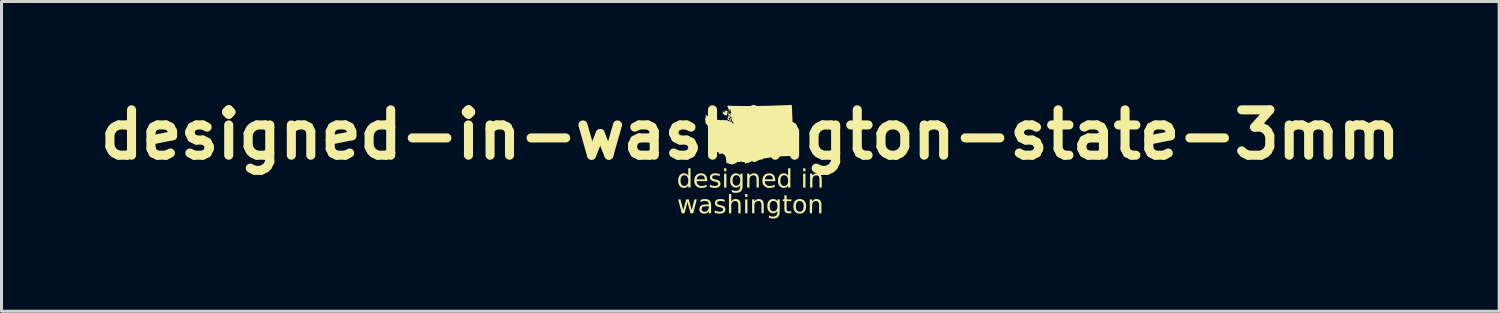
<source format=kicad_pcb>
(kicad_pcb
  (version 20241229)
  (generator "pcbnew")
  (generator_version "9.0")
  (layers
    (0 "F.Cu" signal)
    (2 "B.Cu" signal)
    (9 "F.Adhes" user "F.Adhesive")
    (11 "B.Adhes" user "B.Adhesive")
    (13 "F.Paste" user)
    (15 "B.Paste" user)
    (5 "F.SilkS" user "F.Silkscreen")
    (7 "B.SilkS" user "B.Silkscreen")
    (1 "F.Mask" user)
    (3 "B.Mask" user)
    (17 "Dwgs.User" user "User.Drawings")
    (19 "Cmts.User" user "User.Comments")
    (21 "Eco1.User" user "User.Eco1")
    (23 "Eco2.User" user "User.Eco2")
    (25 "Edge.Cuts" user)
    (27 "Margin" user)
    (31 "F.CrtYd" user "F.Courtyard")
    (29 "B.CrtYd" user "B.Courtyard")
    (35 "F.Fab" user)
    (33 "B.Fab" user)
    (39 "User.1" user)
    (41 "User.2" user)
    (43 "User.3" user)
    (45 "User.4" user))
  (footprint "designed-in-washington-state-3mm"
    (layer "F.Cu")
    (at 21.764 1.404)
    (property "Reference" "designed-in-washington-state-3mm" (at 0 0 0) (layer "F.SilkS") (effects (font (size 1.5 1.5) (thickness 0.3))))
    (attr board_only exclude_from_pos_files exclude_from_bom)
    (fp_poly (pts (xy -0.883 0.654) (xy -0.885 0.656) (xy -0.887 0.654) (xy -0.885 0.653)) (stroke (width 0) (type solid)) (fill yes) (layer "F.SilkS"))
    (fp_poly (pts (xy -0.847 0.687) (xy -0.849 0.689) (xy -0.851 0.687) (xy -0.849 0.685)) (stroke (width 0) (type solid)) (fill yes) (layer "F.SilkS"))
    (fp_poly (pts (xy -0.732 -0.59) (xy -0.734 -0.588) (xy -0.736 -0.59) (xy -0.734 -0.591)) (stroke (width 0) (type solid)) (fill yes) (layer "F.SilkS"))
    (fp_poly (pts (xy -0.692 -0.73) (xy -0.694 -0.728) (xy -0.696 -0.73) (xy -0.694 -0.732)) (stroke (width 0) (type solid)) (fill yes) (layer "F.SilkS"))
    (fp_poly (pts (xy -0.689 -0.81) (xy -0.691 -0.808) (xy -0.692 -0.81) (xy -0.691 -0.811)) (stroke (width 0) (type solid)) (fill yes) (layer "F.SilkS"))
    (fp_poly (pts (xy -0.674 -0.6) (xy -0.676 -0.599) (xy -0.678 -0.6) (xy -0.676 -0.602)) (stroke (width 0) (type solid)) (fill yes) (layer "F.SilkS"))
    (fp_poly (pts (xy -0.66 -0.68) (xy -0.662 -0.678) (xy -0.663 -0.68) (xy -0.662 -0.682)) (stroke (width 0) (type solid)) (fill yes) (layer "F.SilkS"))
    (fp_poly (pts (xy -0.642 -0.719) (xy -0.644 -0.718) (xy -0.645 -0.719) (xy -0.644 -0.721)) (stroke (width 0) (type solid)) (fill yes) (layer "F.SilkS"))
    (fp_poly (pts (xy -0.595 -0.406) (xy -0.592 -0.403) (xy -0.588 -0.397) (xy -0.59 -0.395) (xy -0.594 -0.396) (xy -0.598 -0.4) (xy -0.599 -0.403) (xy -0.598 -0.407)) (stroke (width 0) (type solid)) (fill yes) (layer "F.SilkS"))
    (fp_poly (pts (xy -0.716 -0.747) (xy -0.714 -0.743) (xy -0.713 -0.737) (xy -0.716 -0.736) (xy -0.724 -0.739) (xy -0.726 -0.74) (xy -0.731 -0.743) (xy -0.729 -0.746) (xy -0.728 -0.747) (xy -0.721 -0.75)) (stroke (width 0) (type solid)) (fill yes) (layer "F.SilkS"))
    (fp_poly (pts (xy -0.852 -0.96) (xy -0.842 -0.956) (xy -0.837 -0.949) (xy -0.837 -0.947) (xy -0.84 -0.946) (xy -0.848 -0.945) (xy -0.849 -0.945) (xy -0.858 -0.945) (xy -0.861 -0.948) (xy -0.862 -0.953) (xy -0.861 -0.959) (xy -0.856 -0.961)) (stroke (width 0) (type solid)) (fill yes) (layer "F.SilkS"))
    (fp_poly (pts (xy -0.843 -0.803) (xy -0.84 -0.797) (xy -0.84 -0.796) (xy -0.842 -0.787) (xy -0.847 -0.78) (xy -0.852 -0.779) (xy -0.854 -0.782) (xy -0.855 -0.784) (xy -0.857 -0.789) (xy -0.86 -0.79) (xy -0.865 -0.791) (xy -0.863 -0.795) (xy -0.859 -0.799) (xy -0.85 -0.804)) (stroke (width 0) (type solid)) (fill yes) (layer "F.SilkS"))
    (fp_poly (pts (xy -0.73 -0.736) (xy -0.725 -0.729) (xy -0.722 -0.722) (xy -0.719 -0.713) (xy -0.721 -0.707) (xy -0.727 -0.701) (xy -0.734 -0.701) (xy -0.741 -0.707) (xy -0.742 -0.709) (xy -0.746 -0.72) (xy -0.745 -0.727) (xy -0.74 -0.733) (xy -0.74 -0.733) (xy -0.735 -0.737)) (stroke (width 0) (type solid)) (fill yes) (layer "F.SilkS"))
    (fp_poly (pts (xy -0.921 -0.789) (xy -0.912 -0.786) (xy -0.902 -0.781) (xy -0.893 -0.774) (xy -0.887 -0.768) (xy -0.881 -0.759) (xy -0.88 -0.754) (xy -0.884 -0.754) (xy -0.893 -0.758) (xy -0.907 -0.767) (xy -0.908 -0.768) (xy -0.919 -0.775) (xy -0.927 -0.782) (xy -0.93 -0.786) (xy -0.93 -0.786) (xy -0.928 -0.789)) (stroke (width 0) (type solid)) (fill yes) (layer "F.SilkS"))
    (fp_poly (pts (xy -0.708 -0.727) (xy -0.703 -0.721) (xy -0.696 -0.714) (xy -0.689 -0.706) (xy -0.684 -0.699) (xy -0.682 -0.694) (xy -0.682 -0.694) (xy -0.683 -0.69) (xy -0.686 -0.692) (xy -0.694 -0.694) (xy -0.701 -0.693) (xy -0.708 -0.691) (xy -0.712 -0.692) (xy -0.712 -0.696) (xy -0.712 -0.705) (xy -0.712 -0.715) (xy -0.711 -0.724) (xy -0.711 -0.727)) (stroke (width 0) (type solid)) (fill yes) (layer "F.SilkS"))
    (fp_poly (pts (xy -0.719 -0.807) (xy -0.716 -0.801) (xy -0.708 -0.79) (xy -0.699 -0.779) (xy -0.699 -0.779) (xy -0.692 -0.77) (xy -0.689 -0.763) (xy -0.69 -0.758) (xy -0.692 -0.757) (xy -0.697 -0.76) (xy -0.704 -0.765) (xy -0.705 -0.767) (xy -0.713 -0.776) (xy -0.718 -0.786) (xy -0.718 -0.787) (xy -0.722 -0.794) (xy -0.727 -0.797) (xy -0.731 -0.8) (xy -0.731 -0.806) (xy -0.729 -0.813) (xy -0.725 -0.814)) (stroke (width 0) (type solid)) (fill yes) (layer "F.SilkS"))
    (fp_poly (pts (xy -0.797 -0.799) (xy -0.787 -0.795) (xy -0.773 -0.787) (xy -0.755 -0.775) (xy -0.742 -0.767) (xy -0.755 -0.756) (xy -0.764 -0.746) (xy -0.766 -0.736) (xy -0.762 -0.724) (xy -0.76 -0.72) (xy -0.756 -0.712) (xy -0.756 -0.706) (xy -0.757 -0.705) (xy -0.76 -0.697) (xy -0.76 -0.692) (xy -0.76 -0.683) (xy -0.767 -0.674) (xy -0.767 -0.673) (xy -0.773 -0.666) (xy -0.775 -0.66) (xy -0.773 -0.652) (xy -0.772 -0.651) (xy -0.769 -0.642) (xy -0.768 -0.637) (xy -0.769 -0.637) (xy -0.773 -0.635) (xy -0.781 -0.634) (xy -0.786 -0.633) (xy -0.797 -0.632) (xy -0.802 -0.633) (xy -0.805 -0.636) (xy -0.805 -0.638) (xy -0.809 -0.644) (xy -0.812 -0.645) (xy -0.815 -0.646) (xy -0.816 -0.65) (xy -0.816 -0.655) (xy -0.82 -0.654) (xy -0.822 -0.653) (xy -0.831 -0.651) (xy -0.844 -0.654) (xy -0.859 -0.66) (xy -0.874 -0.668) (xy -0.883 -0.674) (xy -0.889 -0.677) (xy -0.89 -0.678) (xy -0.894 -0.681) (xy -0.898 -0.688) (xy -0.902 -0.696) (xy -0.904 -0.702) (xy -0.903 -0.703) (xy -0.904 -0.708) (xy -0.905 -0.709) (xy -0.908 -0.714) (xy -0.909 -0.719) (xy -0.91 -0.726) (xy -0.913 -0.729) (xy -0.915 -0.733) (xy -0.915 -0.74) (xy -0.911 -0.747) (xy -0.906 -0.751) (xy -0.906 -0.751) (xy -0.896 -0.751) (xy -0.886 -0.75) (xy -0.879 -0.747) (xy -0.876 -0.744) (xy -0.874 -0.739) (xy -0.867 -0.731) (xy -0.859 -0.723) (xy -0.851 -0.717) (xy -0.845 -0.715) (xy -0.845 -0.715) (xy -0.84 -0.718) (xy -0.841 -0.721) (xy -0.848 -0.724) (xy -0.853 -0.727) (xy -0.853 -0.731) (xy -0.854 -0.737) (xy -0.857 -0.741) (xy -0.859 -0.743) (xy -0.86 -0.745) (xy -0.86 -0.748) (xy -0.856 -0.752) (xy -0.849 -0.76) (xy -0.839 -0.771) (xy -0.829 -0.782) (xy -0.82 -0.791) (xy -0.813 -0.797) (xy -0.805 -0.8)) (stroke (width 0) (type solid)) (fill yes) (layer "F.SilkS"))
    (fp_poly (pts (xy 1.372 -0.975) (xy 1.372 -0.968) (xy 1.373 -0.955) (xy 1.374 -0.938) (xy 1.375 -0.919) (xy 1.376 -0.91) (xy 1.376 -0.893) (xy 1.377 -0.869) (xy 1.378 -0.842) (xy 1.38 -0.811) (xy 1.381 -0.779) (xy 1.383 -0.748) (xy 1.383 -0.741) (xy 1.384 -0.706) (xy 1.386 -0.667) (xy 1.388 -0.626) (xy 1.389 -0.586) (xy 1.391 -0.549) (xy 1.392 -0.521) (xy 1.393 -0.491) (xy 1.395 -0.456) (xy 1.396 -0.417) (xy 1.398 -0.377) (xy 1.4 -0.336) (xy 1.402 -0.298) (xy 1.403 -0.281) (xy 1.405 -0.248) (xy 1.407 -0.209) (xy 1.409 -0.167) (xy 1.411 -0.121) (xy 1.413 -0.075) (xy 1.416 -0.03) (xy 1.418 0.014) (xy 1.419 0.034) (xy 1.421 0.075) (xy 1.423 0.117) (xy 1.425 0.159) (xy 1.427 0.201) (xy 1.429 0.241) (xy 1.431 0.277) (xy 1.433 0.308) (xy 1.434 0.325) (xy 1.436 0.363) (xy 1.437 0.395) (xy 1.438 0.421) (xy 1.439 0.442) (xy 1.439 0.458) (xy 1.44 0.47) (xy 1.439 0.479) (xy 1.439 0.485) (xy 1.438 0.488) (xy 1.436 0.491) (xy 1.436 0.491) (xy 1.432 0.497) (xy 1.434 0.502) (xy 1.441 0.505) (xy 1.448 0.51) (xy 1.45 0.515) (xy 1.453 0.522) (xy 1.457 0.525) (xy 1.463 0.53) (xy 1.464 0.536) (xy 1.465 0.542) (xy 1.467 0.544) (xy 1.471 0.548) (xy 1.475 0.555) (xy 1.477 0.565) (xy 1.477 0.573) (xy 1.477 0.574) (xy 1.478 0.583) (xy 1.484 0.592) (xy 1.494 0.602) (xy 1.487 0.621) (xy 1.482 0.632) (xy 1.477 0.641) (xy 1.475 0.644) (xy 1.472 0.648) (xy 1.475 0.65) (xy 1.477 0.651) (xy 1.484 0.656) (xy 1.49 0.666) (xy 1.496 0.683) (xy 1.498 0.691) (xy 1.499 0.696) (xy 1.498 0.698) (xy 1.492 0.699) (xy 1.482 0.7) (xy 1.476 0.7) (xy 1.465 0.7) (xy 1.447 0.7) (xy 1.427 0.701) (xy 1.403 0.702) (xy 1.379 0.703) (xy 1.345 0.705) (xy 1.305 0.706) (xy 1.26 0.708) (xy 1.213 0.71) (xy 1.163 0.711) (xy 1.112 0.713) (xy 1.063 0.714) (xy 1.015 0.716) (xy 1.008 0.716) (xy 0.982 0.716) (xy 0.956 0.717) (xy 0.932 0.718) (xy 0.912 0.719) (xy 0.897 0.719) (xy 0.892 0.719) (xy 0.88 0.72) (xy 0.863 0.721) (xy 0.841 0.721) (xy 0.816 0.722) (xy 0.79 0.723) (xy 0.777 0.723) (xy 0.75 0.724) (xy 0.728 0.725) (xy 0.713 0.726) (xy 0.701 0.726) (xy 0.694 0.728) (xy 0.689 0.729) (xy 0.686 0.731) (xy 0.685 0.732) (xy 0.679 0.737) (xy 0.67 0.744) (xy 0.659 0.752) (xy 0.65 0.757) (xy 0.644 0.761) (xy 0.637 0.763) (xy 0.629 0.765) (xy 0.618 0.765) (xy 0.603 0.765) (xy 0.582 0.765) (xy 0.58 0.764) (xy 0.567 0.765) (xy 0.557 0.766) (xy 0.552 0.768) (xy 0.545 0.771) (xy 0.533 0.773) (xy 0.524 0.775) (xy 0.51 0.778) (xy 0.498 0.78) (xy 0.492 0.781) (xy 0.477 0.78) (xy 0.469 0.777) (xy 0.459 0.774) (xy 0.451 0.775) (xy 0.443 0.782) (xy 0.434 0.795) (xy 0.428 0.803) (xy 0.423 0.808) (xy 0.416 0.811) (xy 0.405 0.814) (xy 0.399 0.815) (xy 0.381 0.818) (xy 0.362 0.821) (xy 0.35 0.824) (xy 0.336 0.827) (xy 0.325 0.829) (xy 0.319 0.829) (xy 0.312 0.831) (xy 0.301 0.835) (xy 0.289 0.841) (xy 0.288 0.842) (xy 0.274 0.848) (xy 0.261 0.854) (xy 0.251 0.857) (xy 0.237 0.862) (xy 0.224 0.872) (xy 0.216 0.879) (xy 0.208 0.884) (xy 0.196 0.888) (xy 0.18 0.893) (xy 0.179 0.893) (xy 0.161 0.897) (xy 0.142 0.901) (xy 0.126 0.903) (xy 0.123 0.904) (xy 0.099 0.906) (xy 0.084 0.891) (xy 0.07 0.88) (xy 0.056 0.876) (xy 0.043 0.879) (xy 0.032 0.886) (xy 0.021 0.894) (xy 0.011 0.9) (xy 0.009 0.901) (xy -0.012 0.908) (xy -0.027 0.915) (xy -0.038 0.92) (xy -0.046 0.925) (xy -0.051 0.929) (xy -0.058 0.935) (xy -0.063 0.936) (xy -0.069 0.934) (xy -0.069 0.933) (xy -0.078 0.931) (xy -0.091 0.929) (xy -0.106 0.93) (xy -0.121 0.932) (xy -0.132 0.935) (xy -0.138 0.938) (xy -0.143 0.944) (xy -0.144 0.948) (xy -0.147 0.951) (xy -0.155 0.953) (xy -0.164 0.955) (xy -0.171 0.955) (xy -0.173 0.954) (xy -0.176 0.949) (xy -0.177 0.94) (xy -0.177 0.94) (xy -0.179 0.928) (xy -0.184 0.92) (xy -0.191 0.916) (xy -0.192 0.916) (xy -0.198 0.914) (xy -0.207 0.91) (xy -0.211 0.908) (xy -0.221 0.904) (xy -0.231 0.902) (xy -0.244 0.903) (xy -0.248 0.903) (xy -0.262 0.904) (xy -0.272 0.903) (xy -0.282 0.899) (xy -0.288 0.896) (xy -0.305 0.887) (xy -0.325 0.894) (xy -0.346 0.9) (xy -0.368 0.903) (xy -0.388 0.904) (xy -0.404 0.902) (xy -0.42 0.9) (xy -0.435 0.905) (xy -0.447 0.915) (xy -0.45 0.919) (xy -0.456 0.928) (xy -0.463 0.932) (xy -0.463 0.933) (xy -0.472 0.937) (xy -0.476 0.939) (xy -0.483 0.943) (xy -0.493 0.947) (xy -0.496 0.948) (xy -0.508 0.952) (xy -0.52 0.958) (xy -0.521 0.959) (xy -0.534 0.965) (xy -0.547 0.966) (xy -0.557 0.967) (xy -0.563 0.969) (xy -0.564 0.97) (xy -0.57 0.975) (xy -0.58 0.98) (xy -0.591 0.985) (xy -0.6 0.988) (xy -0.603 0.988) (xy -0.613 0.986) (xy -0.619 0.985) (xy -0.627 0.979) (xy -0.631 0.976) (xy -0.636 0.972) (xy -0.643 0.971) (xy -0.653 0.972) (xy -0.666 0.973) (xy -0.675 0.971) (xy -0.675 0.971) (xy -0.683 0.966) (xy -0.695 0.961) (xy -0.708 0.956) (xy -0.722 0.952) (xy -0.733 0.95) (xy -0.738 0.949) (xy -0.745 0.949) (xy -0.746 0.948) (xy -0.749 0.945) (xy -0.751 0.945) (xy -0.756 0.943) (xy -0.765 0.938) (xy -0.776 0.931) (xy -0.786 0.924) (xy -0.793 0.919) (xy -0.795 0.915) (xy -0.796 0.908) (xy -0.796 0.895) (xy -0.795 0.883) (xy -0.794 0.866) (xy -0.794 0.855) (xy -0.796 0.848) (xy -0.797 0.845) (xy -0.8 0.838) (xy -0.802 0.826) (xy -0.803 0.817) (xy -0.805 0.781) (xy -0.812 0.752) (xy -0.821 0.728) (xy -0.827 0.716) (xy -0.832 0.704) (xy -0.835 0.697) (xy -0.839 0.687) (xy -0.846 0.679) (xy -0.855 0.673) (xy -0.865 0.665) (xy -0.871 0.66) (xy -0.892 0.644) (xy -0.908 0.632) (xy -0.92 0.624) (xy -0.93 0.62) (xy -0.938 0.618) (xy -0.945 0.619) (xy -0.946 0.619) (xy -0.953 0.623) (xy -0.956 0.627) (xy -0.956 0.627) (xy -0.958 0.63) (xy -0.959 0.629) (xy -0.964 0.629) (xy -0.973 0.633) (xy -0.975 0.634) (xy -0.984 0.638) (xy -0.995 0.64) (xy -1.006 0.639) (xy -1.025 0.635) (xy -1.037 0.627) (xy -1.044 0.615) (xy -1.046 0.603) (xy -1.047 0.59) (xy -1.053 0.58) (xy -1.056 0.576) (xy -1.063 0.569) (xy -1.068 0.567) (xy -1.074 0.568) (xy -1.075 0.569) (xy -1.084 0.571) (xy -1.097 0.572) (xy -1.112 0.571) (xy -1.126 0.57) (xy -1.135 0.568) (xy -1.142 0.563) (xy -1.143 0.557) (xy -1.145 0.55) (xy -1.148 0.547) (xy -1.153 0.547) (xy -1.154 0.548) (xy -1.157 0.552) (xy -1.163 0.557) (xy -1.163 0.557) (xy -1.172 0.561) (xy -1.181 0.56) (xy -1.186 0.558) (xy -1.193 0.561) (xy -1.202 0.568) (xy -1.202 0.568) (xy -1.214 0.576) (xy -1.223 0.578) (xy -1.224 0.578) (xy -1.231 0.575) (xy -1.239 0.57) (xy -1.244 0.565) (xy -1.246 0.562) (xy -1.246 0.562) (xy -1.247 0.558) (xy -1.249 0.555) (xy -1.254 0.55) (xy -1.255 0.546) (xy -1.258 0.542) (xy -1.264 0.538) (xy -1.27 0.536) (xy -1.274 0.539) (xy -1.276 0.544) (xy -1.282 0.552) (xy -1.289 0.557) (xy -1.295 0.558) (xy -1.298 0.557) (xy -1.298 0.553) (xy -1.296 0.544) (xy -1.295 0.538) (xy -1.292 0.522) (xy -1.289 0.501) (xy -1.287 0.476) (xy -1.285 0.45) (xy -1.285 0.424) (xy -1.285 0.401) (xy -1.285 0.396) (xy -1.286 0.376) (xy -1.286 0.361) (xy -1.285 0.352) (xy -1.282 0.348) (xy -1.278 0.346) (xy -1.278 0.346) (xy -1.273 0.349) (xy -1.271 0.354) (xy -1.273 0.359) (xy -1.273 0.359) (xy -1.274 0.363) (xy -1.271 0.372) (xy -1.271 0.372) (xy -1.268 0.379) (xy -1.267 0.388) (xy -1.267 0.401) (xy -1.268 0.416) (xy -1.269 0.432) (xy -1.269 0.443) (xy -1.268 0.448) (xy -1.266 0.45) (xy -1.264 0.451) (xy -1.26 0.449) (xy -1.259 0.448) (xy -1.259 0.438) (xy -1.257 0.432) (xy -1.254 0.43) (xy -1.251 0.433) (xy -1.249 0.436) (xy -1.247 0.442) (xy -1.244 0.442) (xy -1.239 0.437) (xy -1.232 0.429) (xy -1.225 0.416) (xy -1.223 0.407) (xy -1.226 0.402) (xy -1.226 0.402) (xy -1.229 0.397) (xy -1.23 0.393) (xy -1.232 0.385) (xy -1.237 0.38) (xy -1.242 0.371) (xy -1.244 0.364) (xy -1.241 0.354) (xy -1.237 0.35) (xy -1.231 0.344) (xy -1.23 0.339) (xy -1.227 0.332) (xy -1.223 0.329) (xy -1.216 0.325) (xy -1.207 0.32) (xy -1.207 0.32) (xy -1.197 0.313) (xy -1.206 0.304) (xy -1.215 0.298) (xy -1.22 0.296) (xy -1.222 0.299) (xy -1.222 0.3) (xy -1.224 0.304) (xy -1.23 0.306) (xy -1.237 0.305) (xy -1.241 0.302) (xy -1.243 0.301) (xy -1.243 0.306) (xy -1.243 0.307) (xy -1.242 0.314) (xy -1.245 0.316) (xy -1.253 0.316) (xy -1.254 0.316) (xy -1.264 0.314) (xy -1.271 0.309) (xy -1.271 0.309) (xy -1.277 0.304) (xy -1.28 0.302) (xy -1.288 0.299) (xy -1.292 0.292) (xy -1.294 0.279) (xy -1.295 0.27) (xy -1.296 0.253) (xy -1.298 0.235) (xy -1.3 0.224) (xy -1.303 0.209) (xy -1.303 0.2) (xy -1.302 0.197) (xy -1.296 0.195) (xy -1.29 0.199) (xy -1.286 0.206) (xy -1.284 0.212) (xy -1.282 0.221) (xy -1.279 0.223) (xy -1.276 0.219) (xy -1.275 0.215) (xy -1.269 0.207) (xy -1.258 0.199) (xy -1.244 0.193) (xy -1.235 0.191) (xy -1.222 0.188) (xy -1.211 0.184) (xy -1.21 0.184) (xy -1.203 0.181) (xy -1.202 0.178) (xy -1.206 0.175) (xy -1.206 0.175) (xy -1.214 0.17) (xy -1.22 0.169) (xy -1.228 0.168) (xy -1.232 0.166) (xy -1.241 0.163) (xy -1.249 0.161) (xy -1.256 0.158) (xy -1.257 0.153) (xy -1.257 0.151) (xy -1.257 0.143) (xy -1.263 0.135) (xy -1.273 0.129) (xy -1.285 0.126) (xy -1.287 0.126) (xy -1.298 0.128) (xy -1.303 0.132) (xy -1.303 0.138) (xy -1.303 0.148) (xy -1.301 0.16) (xy -1.299 0.17) (xy -1.297 0.176) (xy -1.298 0.179) (xy -1.305 0.184) (xy -1.307 0.185) (xy -1.319 0.191) (xy -1.317 0.149) (xy -1.317 0.115) (xy -1.319 0.082) (xy -1.323 0.045) (xy -1.329 0.012) (xy -1.333 -0.004) (xy -1.336 -0.015) (xy -1.341 -0.021) (xy -1.343 -0.023) (xy -1.35 -0.031) (xy -1.354 -0.038) (xy -1.357 -0.047) (xy -1.361 -0.052) (xy -1.364 -0.056) (xy -1.366 -0.066) (xy -1.368 -0.082) (xy -1.37 -0.104) (xy -1.37 -0.106) (xy -1.373 -0.138) (xy -1.375 -0.164) (xy -1.378 -0.186) (xy -1.382 -0.208) (xy -1.386 -0.23) (xy -1.392 -0.255) (xy -1.396 -0.268) (xy -1.402 -0.28) (xy -1.408 -0.286) (xy -1.414 -0.289) (xy -1.415 -0.293) (xy -1.414 -0.299) (xy -1.416 -0.307) (xy -1.419 -0.314) (xy -1.422 -0.317) (xy -1.428 -0.32) (xy -1.434 -0.326) (xy -1.44 -0.333) (xy -1.444 -0.339) (xy -1.444 -0.342) (xy -1.446 -0.345) (xy -1.453 -0.35) (xy -1.455 -0.351) (xy -1.463 -0.356) (xy -1.468 -0.363) (xy -1.471 -0.374) (xy -1.474 -0.385) (xy -1.477 -0.393) (xy -1.478 -0.395) (xy -1.48 -0.4) (xy -1.482 -0.411) (xy -1.484 -0.426) (xy -1.486 -0.442) (xy -1.487 -0.459) (xy -1.487 -0.471) (xy -1.489 -0.485) (xy -1.493 -0.5) (xy -1.494 -0.504) (xy -1.501 -0.519) (xy -1.491 -0.528) (xy -1.485 -0.536) (xy -1.483 -0.543) (xy -1.484 -0.548) (xy -1.485 -0.557) (xy -1.483 -0.564) (xy -1.48 -0.569) (xy -1.476 -0.579) (xy -1.473 -0.587) (xy -1.467 -0.606) (xy -1.48 -0.619) (xy -1.489 -0.63) (xy -1.492 -0.637) (xy -1.488 -0.641) (xy -1.478 -0.643) (xy -1.475 -0.642) (xy -1.464 -0.641) (xy -1.456 -0.639) (xy -1.455 -0.638) (xy -1.448 -0.636) (xy -1.445 -0.637) (xy -1.439 -0.636) (xy -1.437 -0.633) (xy -1.434 -0.629) (xy -1.432 -0.629) (xy -1.427 -0.628) (xy -1.424 -0.624) (xy -1.419 -0.618) (xy -1.416 -0.617) (xy -1.412 -0.615) (xy -1.403 -0.609) (xy -1.392 -0.602) (xy -1.388 -0.599) (xy -1.376 -0.59) (xy -1.367 -0.584) (xy -1.361 -0.581) (xy -1.361 -0.581) (xy -1.355 -0.579) (xy -1.346 -0.575) (xy -1.337 -0.57) (xy -1.329 -0.565) (xy -1.325 -0.562) (xy -1.321 -0.561) (xy -1.318 -0.562) (xy -1.313 -0.564) (xy -1.306 -0.561) (xy -1.294 -0.555) (xy -1.282 -0.548) (xy -1.272 -0.543) (xy -1.267 -0.541) (xy -1.26 -0.537) (xy -1.258 -0.533) (xy -1.256 -0.527) (xy -1.248 -0.52) (xy -1.239 -0.514) (xy -1.233 -0.511) (xy -1.215 -0.506) (xy -1.193 -0.502) (xy -1.169 -0.5) (xy -1.145 -0.499) (xy -1.135 -0.5) (xy -1.114 -0.5) (xy -1.099 -0.499) (xy -1.089 -0.494) (xy -1.085 -0.49) (xy -1.08 -0.487) (xy -1.073 -0.485) (xy -1.067 -0.486) (xy -1.066 -0.487) (xy -1.06 -0.49) (xy -1.051 -0.49) (xy -1.043 -0.485) (xy -1.042 -0.485) (xy -1.033 -0.48) (xy -1.025 -0.481) (xy -1.016 -0.483) (xy -1.012 -0.481) (xy -1.012 -0.477) (xy -1.01 -0.473) (xy -1 -0.471) (xy -0.984 -0.469) (xy -0.965 -0.469) (xy -0.951 -0.47) (xy -0.941 -0.471) (xy -0.934 -0.474) (xy -0.927 -0.479) (xy -0.92 -0.486) (xy -0.91 -0.494) (xy -0.901 -0.499) (xy -0.896 -0.501) (xy -0.892 -0.5) (xy -0.894 -0.496) (xy -0.894 -0.496) (xy -0.896 -0.491) (xy -0.893 -0.486) (xy -0.888 -0.482) (xy -0.881 -0.476) (xy -0.876 -0.473) (xy -0.876 -0.472) (xy -0.873 -0.469) (xy -0.869 -0.462) (xy -0.867 -0.459) (xy -0.862 -0.451) (xy -0.858 -0.449) (xy -0.855 -0.449) (xy -0.848 -0.451) (xy -0.837 -0.452) (xy -0.833 -0.452) (xy -0.823 -0.452) (xy -0.818 -0.451) (xy -0.818 -0.446) (xy -0.818 -0.443) (xy -0.817 -0.434) (xy -0.812 -0.43) (xy -0.811 -0.43) (xy -0.803 -0.428) (xy -0.798 -0.429) (xy -0.799 -0.433) (xy -0.8 -0.434) (xy -0.803 -0.44) (xy -0.804 -0.449) (xy -0.804 -0.449) (xy -0.801 -0.461) (xy -0.792 -0.47) (xy -0.778 -0.476) (xy -0.769 -0.477) (xy -0.76 -0.477) (xy -0.756 -0.475) (xy -0.754 -0.469) (xy -0.754 -0.468) (xy -0.754 -0.461) (xy -0.756 -0.458) (xy -0.761 -0.456) (xy -0.766 -0.453) (xy -0.77 -0.449) (xy -0.77 -0.444) (xy -0.766 -0.437) (xy -0.761 -0.429) (xy -0.757 -0.426) (xy -0.754 -0.427) (xy -0.755 -0.433) (xy -0.754 -0.441) (xy -0.748 -0.449) (xy -0.74 -0.454) (xy -0.737 -0.454) (xy -0.731 -0.452) (xy -0.73 -0.444) (xy -0.729 -0.435) (xy -0.728 -0.422) (xy -0.727 -0.417) (xy -0.725 -0.407) (xy -0.726 -0.402) (xy -0.729 -0.4) (xy -0.733 -0.4) (xy -0.74 -0.399) (xy -0.743 -0.397) (xy -0.741 -0.388) (xy -0.736 -0.383) (xy -0.733 -0.382) (xy -0.729 -0.38) (xy -0.729 -0.373) (xy -0.729 -0.371) (xy -0.729 -0.363) (xy -0.726 -0.361) (xy -0.721 -0.358) (xy -0.718 -0.353) (xy -0.716 -0.347) (xy -0.717 -0.346) (xy -0.719 -0.344) (xy -0.719 -0.341) (xy -0.714 -0.336) (xy -0.71 -0.335) (xy -0.704 -0.334) (xy -0.704 -0.33) (xy -0.708 -0.323) (xy -0.716 -0.318) (xy -0.722 -0.319) (xy -0.729 -0.319) (xy -0.731 -0.315) (xy -0.731 -0.311) (xy -0.734 -0.302) (xy -0.743 -0.292) (xy -0.744 -0.29) (xy -0.752 -0.283) (xy -0.757 -0.276) (xy -0.757 -0.274) (xy -0.758 -0.266) (xy -0.759 -0.262) (xy -0.76 -0.255) (xy -0.758 -0.252) (xy -0.755 -0.251) (xy -0.752 -0.257) (xy -0.752 -0.257) (xy -0.748 -0.266) (xy -0.743 -0.271) (xy -0.737 -0.278) (xy -0.732 -0.286) (xy -0.726 -0.295) (xy -0.719 -0.3) (xy -0.712 -0.306) (xy -0.709 -0.311) (xy -0.704 -0.316) (xy -0.699 -0.317) (xy -0.694 -0.319) (xy -0.693 -0.324) (xy -0.694 -0.325) (xy -0.695 -0.334) (xy -0.696 -0.338) (xy -0.698 -0.343) (xy -0.704 -0.35) (xy -0.709 -0.356) (xy -0.709 -0.36) (xy -0.707 -0.362) (xy -0.703 -0.364) (xy -0.699 -0.36) (xy -0.699 -0.36) (xy -0.695 -0.355) (xy -0.692 -0.355) (xy -0.689 -0.355) (xy -0.689 -0.354) (xy -0.686 -0.35) (xy -0.682 -0.35) (xy -0.676 -0.347) (xy -0.67 -0.338) (xy -0.667 -0.327) (xy -0.667 -0.322) (xy -0.665 -0.311) (xy -0.662 -0.302) (xy -0.658 -0.291) (xy -0.657 -0.282) (xy -0.656 -0.271) (xy -0.655 -0.261) (xy -0.655 -0.254) (xy -0.658 -0.251) (xy -0.665 -0.251) (xy -0.668 -0.251) (xy -0.677 -0.251) (xy -0.681 -0.249) (xy -0.681 -0.243) (xy -0.681 -0.242) (xy -0.678 -0.235) (xy -0.673 -0.233) (xy -0.669 -0.233) (xy -0.667 -0.229) (xy -0.668 -0.221) (xy -0.668 -0.216) (xy -0.668 -0.202) (xy -0.665 -0.195) (xy -0.665 -0.194) (xy -0.662 -0.187) (xy -0.662 -0.18) (xy -0.663 -0.171) (xy -0.66 -0.165) (xy -0.658 -0.159) (xy -0.663 -0.155) (xy -0.666 -0.155) (xy -0.674 -0.152) (xy -0.68 -0.145) (xy -0.682 -0.138) (xy -0.678 -0.132) (xy -0.668 -0.126) (xy -0.665 -0.125) (xy -0.655 -0.119) (xy -0.65 -0.114) (xy -0.649 -0.109) (xy -0.648 -0.103) (xy -0.645 -0.101) (xy -0.643 -0.098) (xy -0.643 -0.089) (xy -0.643 -0.083) (xy -0.644 -0.07) (xy -0.641 -0.063) (xy -0.634 -0.058) (xy -0.63 -0.057) (xy -0.623 -0.054) (xy -0.622 -0.05) (xy -0.628 -0.045) (xy -0.631 -0.043) (xy -0.64 -0.038) (xy -0.647 -0.033) (xy -0.655 -0.025) (xy -0.665 -0.02) (xy -0.673 -0.018) (xy -0.678 -0.021) (xy -0.682 -0.028) (xy -0.686 -0.038) (xy -0.691 -0.029) (xy -0.695 -0.018) (xy -0.695 -0.013) (xy -0.689 -0.011) (xy -0.683 -0.01) (xy -0.673 -0.003) (xy -0.666 0.003) (xy -0.656 0.011) (xy -0.65 0.015) (xy -0.646 0.016) (xy -0.643 0.013) (xy -0.641 0.012) (xy -0.637 0.008) (xy -0.638 0.005) (xy -0.644 0.002) (xy -0.65 -0.001) (xy -0.651 -0.004) (xy -0.647 -0.008) (xy -0.639 -0.012) (xy -0.629 -0.018) (xy -0.623 -0.02) (xy -0.613 -0.025) (xy -0.607 -0.031) (xy -0.605 -0.039) (xy -0.607 -0.051) (xy -0.61 -0.063) (xy -0.614 -0.073) (xy -0.619 -0.08) (xy -0.62 -0.081) (xy -0.623 -0.085) (xy -0.621 -0.091) (xy -0.62 -0.093) (xy -0.617 -0.1) (xy -0.619 -0.105) (xy -0.621 -0.107) (xy -0.625 -0.115) (xy -0.628 -0.126) (xy -0.629 -0.13) (xy -0.631 -0.141) (xy -0.634 -0.149) (xy -0.635 -0.15) (xy -0.636 -0.156) (xy -0.632 -0.161) (xy -0.625 -0.164) (xy -0.618 -0.164) (xy -0.611 -0.164) (xy -0.608 -0.165) (xy -0.609 -0.17) (xy -0.613 -0.176) (xy -0.62 -0.182) (xy -0.626 -0.184) (xy -0.626 -0.184) (xy -0.631 -0.187) (xy -0.636 -0.193) (xy -0.639 -0.199) (xy -0.64 -0.203) (xy -0.637 -0.21) (xy -0.631 -0.218) (xy -0.624 -0.231) (xy -0.62 -0.245) (xy -0.621 -0.256) (xy -0.624 -0.262) (xy -0.626 -0.269) (xy -0.624 -0.279) (xy -0.619 -0.29) (xy -0.612 -0.299) (xy -0.603 -0.313) (xy -0.598 -0.329) (xy -0.595 -0.346) (xy -0.593 -0.357) (xy -0.591 -0.364) (xy -0.589 -0.367) (xy -0.586 -0.368) (xy -0.584 -0.368) (xy -0.575 -0.369) (xy -0.569 -0.372) (xy -0.563 -0.375) (xy -0.561 -0.382) (xy -0.561 -0.391) (xy -0.562 -0.403) (xy -0.565 -0.41) (xy -0.57 -0.413) (xy -0.577 -0.42) (xy -0.582 -0.425) (xy -0.586 -0.431) (xy -0.593 -0.439) (xy -0.597 -0.444) (xy -0.604 -0.452) (xy -0.608 -0.46) (xy -0.609 -0.469) (xy -0.609 -0.479) (xy -0.61 -0.491) (xy -0.611 -0.5) (xy -0.613 -0.503) (xy -0.616 -0.508) (xy -0.617 -0.512) (xy -0.62 -0.519) (xy -0.626 -0.523) (xy -0.635 -0.525) (xy -0.64 -0.522) (xy -0.639 -0.515) (xy -0.64 -0.507) (xy -0.646 -0.501) (xy -0.654 -0.495) (xy -0.645 -0.48) (xy -0.636 -0.469) (xy -0.628 -0.458) (xy -0.626 -0.456) (xy -0.617 -0.445) (xy -0.611 -0.435) (xy -0.607 -0.427) (xy -0.608 -0.422) (xy -0.611 -0.423) (xy -0.616 -0.429) (xy -0.625 -0.44) (xy -0.635 -0.451) (xy -0.644 -0.459) (xy -0.651 -0.463) (xy -0.654 -0.463) (xy -0.66 -0.464) (xy -0.665 -0.471) (xy -0.669 -0.481) (xy -0.672 -0.494) (xy -0.674 -0.508) (xy -0.674 -0.521) (xy -0.671 -0.531) (xy -0.669 -0.535) (xy -0.661 -0.539) (xy -0.656 -0.539) (xy -0.65 -0.54) (xy -0.648 -0.543) (xy -0.645 -0.547) (xy -0.642 -0.546) (xy -0.637 -0.543) (xy -0.628 -0.538) (xy -0.623 -0.539) (xy -0.619 -0.545) (xy -0.617 -0.548) (xy -0.615 -0.556) (xy -0.616 -0.562) (xy -0.621 -0.57) (xy -0.627 -0.577) (xy -0.633 -0.58) (xy -0.633 -0.581) (xy -0.639 -0.583) (xy -0.643 -0.588) (xy -0.648 -0.593) (xy -0.651 -0.595) (xy -0.659 -0.598) (xy -0.667 -0.606) (xy -0.673 -0.617) (xy -0.677 -0.628) (xy -0.678 -0.633) (xy -0.679 -0.64) (xy -0.682 -0.644) (xy -0.685 -0.643) (xy -0.685 -0.64) (xy -0.688 -0.634) (xy -0.691 -0.631) (xy -0.696 -0.628) (xy -0.693 -0.623) (xy -0.693 -0.623) (xy -0.69 -0.617) (xy -0.689 -0.607) (xy -0.689 -0.606) (xy -0.687 -0.596) (xy -0.683 -0.591) (xy -0.681 -0.59) (xy -0.674 -0.584) (xy -0.667 -0.575) (xy -0.666 -0.574) (xy -0.662 -0.565) (xy -0.662 -0.56) (xy -0.664 -0.557) (xy -0.67 -0.553) (xy -0.678 -0.552) (xy -0.683 -0.555) (xy -0.688 -0.558) (xy -0.694 -0.559) (xy -0.701 -0.557) (xy -0.703 -0.552) (xy -0.705 -0.546) (xy -0.708 -0.544) (xy -0.714 -0.541) (xy -0.719 -0.534) (xy -0.721 -0.527) (xy -0.718 -0.524) (xy -0.714 -0.523) (xy -0.707 -0.52) (xy -0.7 -0.514) (xy -0.7 -0.514) (xy -0.695 -0.505) (xy -0.69 -0.492) (xy -0.686 -0.479) (xy -0.683 -0.468) (xy -0.683 -0.46) (xy -0.683 -0.459) (xy -0.684 -0.451) (xy -0.682 -0.442) (xy -0.679 -0.432) (xy -0.674 -0.426) (xy -0.672 -0.425) (xy -0.668 -0.427) (xy -0.668 -0.432) (xy -0.669 -0.438) (xy -0.669 -0.447) (xy -0.667 -0.45) (xy -0.661 -0.448) (xy -0.652 -0.44) (xy -0.645 -0.433) (xy -0.635 -0.424) (xy -0.626 -0.417) (xy -0.621 -0.415) (xy -0.617 -0.414) (xy -0.615 -0.412) (xy -0.613 -0.407) (xy -0.611 -0.397) (xy -0.608 -0.382) (xy -0.607 -0.374) (xy -0.607 -0.363) (xy -0.609 -0.357) (xy -0.613 -0.352) (xy -0.615 -0.348) (xy -0.617 -0.343) (xy -0.624 -0.342) (xy -0.626 -0.342) (xy -0.637 -0.346) (xy -0.643 -0.353) (xy -0.643 -0.363) (xy -0.644 -0.373) (xy -0.649 -0.38) (xy -0.657 -0.389) (xy -0.666 -0.382) (xy -0.675 -0.376) (xy -0.68 -0.376) (xy -0.681 -0.382) (xy -0.681 -0.384) (xy -0.681 -0.392) (xy -0.686 -0.397) (xy -0.689 -0.399) (xy -0.698 -0.405) (xy -0.702 -0.41) (xy -0.7 -0.417) (xy -0.7 -0.418) (xy -0.698 -0.425) (xy -0.7 -0.427) (xy -0.702 -0.432) (xy -0.702 -0.444) (xy -0.701 -0.451) (xy -0.7 -0.468) (xy -0.703 -0.479) (xy -0.709 -0.485) (xy -0.718 -0.485) (xy -0.725 -0.484) (xy -0.729 -0.488) (xy -0.73 -0.49) (xy -0.734 -0.496) (xy -0.742 -0.504) (xy -0.746 -0.508) (xy -0.755 -0.515) (xy -0.76 -0.521) (xy -0.761 -0.524) (xy -0.759 -0.53) (xy -0.755 -0.54) (xy -0.748 -0.553) (xy -0.741 -0.567) (xy -0.734 -0.579) (xy -0.732 -0.583) (xy -0.725 -0.594) (xy -0.722 -0.605) (xy -0.721 -0.608) (xy -0.72 -0.618) (xy -0.717 -0.623) (xy -0.715 -0.626) (xy -0.709 -0.626) (xy -0.709 -0.624) (xy -0.705 -0.62) (xy -0.705 -0.62) (xy -0.702 -0.623) (xy -0.701 -0.624) (xy -0.702 -0.627) (xy -0.705 -0.627) (xy -0.709 -0.626) (xy -0.715 -0.626) (xy -0.715 -0.627) (xy -0.717 -0.627) (xy -0.721 -0.63) (xy -0.723 -0.637) (xy -0.722 -0.644) (xy -0.72 -0.647) (xy -0.715 -0.653) (xy -0.716 -0.657) (xy -0.72 -0.662) (xy -0.725 -0.663) (xy -0.728 -0.659) (xy -0.728 -0.658) (xy -0.73 -0.653) (xy -0.732 -0.653) (xy -0.735 -0.656) (xy -0.735 -0.663) (xy -0.733 -0.671) (xy -0.732 -0.675) (xy -0.726 -0.68) (xy -0.721 -0.682) (xy -0.712 -0.683) (xy -0.706 -0.685) (xy -0.696 -0.687) (xy -0.686 -0.683) (xy -0.677 -0.675) (xy -0.674 -0.668) (xy -0.668 -0.658) (xy -0.659 -0.655) (xy -0.652 -0.655) (xy -0.647 -0.659) (xy -0.647 -0.663) (xy -0.649 -0.67) (xy -0.65 -0.681) (xy -0.651 -0.683) (xy -0.653 -0.697) (xy -0.656 -0.705) (xy -0.66 -0.71) (xy -0.664 -0.712) (xy -0.67 -0.714) (xy -0.669 -0.718) (xy -0.668 -0.718) (xy -0.663 -0.72) (xy -0.656 -0.717) (xy -0.655 -0.716) (xy -0.646 -0.712) (xy -0.639 -0.714) (xy -0.631 -0.721) (xy -0.63 -0.729) (xy -0.636 -0.739) (xy -0.643 -0.746) (xy -0.647 -0.753) (xy -0.651 -0.764) (xy -0.653 -0.774) (xy -0.655 -0.787) (xy -0.655 -0.795) (xy -0.653 -0.801) (xy -0.652 -0.804) (xy -0.648 -0.81) (xy -0.649 -0.814) (xy -0.654 -0.82) (xy -0.657 -0.823) (xy -0.665 -0.829) (xy -0.67 -0.833) (xy -0.671 -0.833) (xy -0.676 -0.831) (xy -0.683 -0.825) (xy -0.688 -0.821) (xy -0.696 -0.813) (xy -0.699 -0.809) (xy -0.698 -0.805) (xy -0.695 -0.801) (xy -0.69 -0.793) (xy -0.69 -0.787) (xy -0.692 -0.784) (xy -0.696 -0.785) (xy -0.701 -0.79) (xy -0.71 -0.8) (xy -0.712 -0.81) (xy -0.708 -0.821) (xy -0.708 -0.822) (xy -0.705 -0.829) (xy -0.705 -0.834) (xy -0.709 -0.84) (xy -0.716 -0.846) (xy -0.72 -0.846) (xy -0.721 -0.842) (xy -0.723 -0.837) (xy -0.725 -0.837) (xy -0.726 -0.84) (xy -0.727 -0.848) (xy -0.727 -0.853) (xy -0.727 -0.863) (xy -0.73 -0.87) (xy -0.735 -0.877) (xy -0.742 -0.883) (xy -0.757 -0.897) (xy -0.748 -0.903) (xy -0.742 -0.909) (xy -0.739 -0.916) (xy -0.741 -0.921) (xy -0.746 -0.922) (xy -0.751 -0.922) (xy -0.76 -0.923) (xy -0.764 -0.928) (xy -0.761 -0.936) (xy -0.753 -0.946) (xy -0.752 -0.947) (xy -0.74 -0.959) (xy -0.703 -0.957) (xy -0.657 -0.956) (xy -0.604 -0.954) (xy -0.546 -0.953) (xy -0.481 -0.951) (xy -0.411 -0.95) (xy -0.337 -0.95) (xy -0.258 -0.949) (xy -0.175 -0.949) (xy -0.088 -0.949) (xy 0.001 -0.949) (xy 0.079 -0.95) (xy 0.131 -0.95) (xy 0.182 -0.951) (xy 0.231 -0.951) (xy 0.278 -0.951) (xy 0.321 -0.952) (xy 0.362 -0.952) (xy 0.398 -0.952) (xy 0.429 -0.953) (xy 0.456 -0.953) (xy 0.476 -0.953) (xy 0.49 -0.954) (xy 0.496 -0.954) (xy 0.514 -0.954) (xy 0.538 -0.955) (xy 0.565 -0.956) (xy 0.593 -0.957) (xy 0.62 -0.957) (xy 0.622 -0.957) (xy 0.649 -0.958) (xy 0.677 -0.959) (xy 0.705 -0.96) (xy 0.729 -0.96) (xy 0.749 -0.961) (xy 0.75 -0.961) (xy 0.766 -0.962) (xy 0.789 -0.962) (xy 0.815 -0.963) (xy 0.844 -0.964) (xy 0.875 -0.965) (xy 0.906 -0.966) (xy 0.91 -0.966) (xy 0.944 -0.968) (xy 0.982 -0.969) (xy 1.022 -0.97) (xy 1.064 -0.972) (xy 1.106 -0.974) (xy 1.148 -0.975) (xy 1.189 -0.977) (xy 1.227 -0.978) (xy 1.261 -0.98) (xy 1.291 -0.981) (xy 1.315 -0.982) (xy 1.328 -0.983) (xy 1.37 -0.985)) (stroke (width 0) (type solid)) (fill yes) (layer "F.SilkS"))
    (fp_text user "designed in" (at 0 1.5 0) (unlocked yes) (layer "F.SilkS") (effects (font (face "Dangrek") (size 0.6 0.6) (thickness 0.12))))
    (fp_text user "washington" (at 0 2.35 0) (unlocked yes) (layer "F.SilkS") (effects (font (face "Dangrek") (size 0.6 0.6) (thickness 0.12)))))
  (gr_rect
    (start -3 -3)
    (end 46.529 7.244)
    (stroke (width 0.1) (type default))
    (fill no)
    (layer "Edge.Cuts")))
</source>
